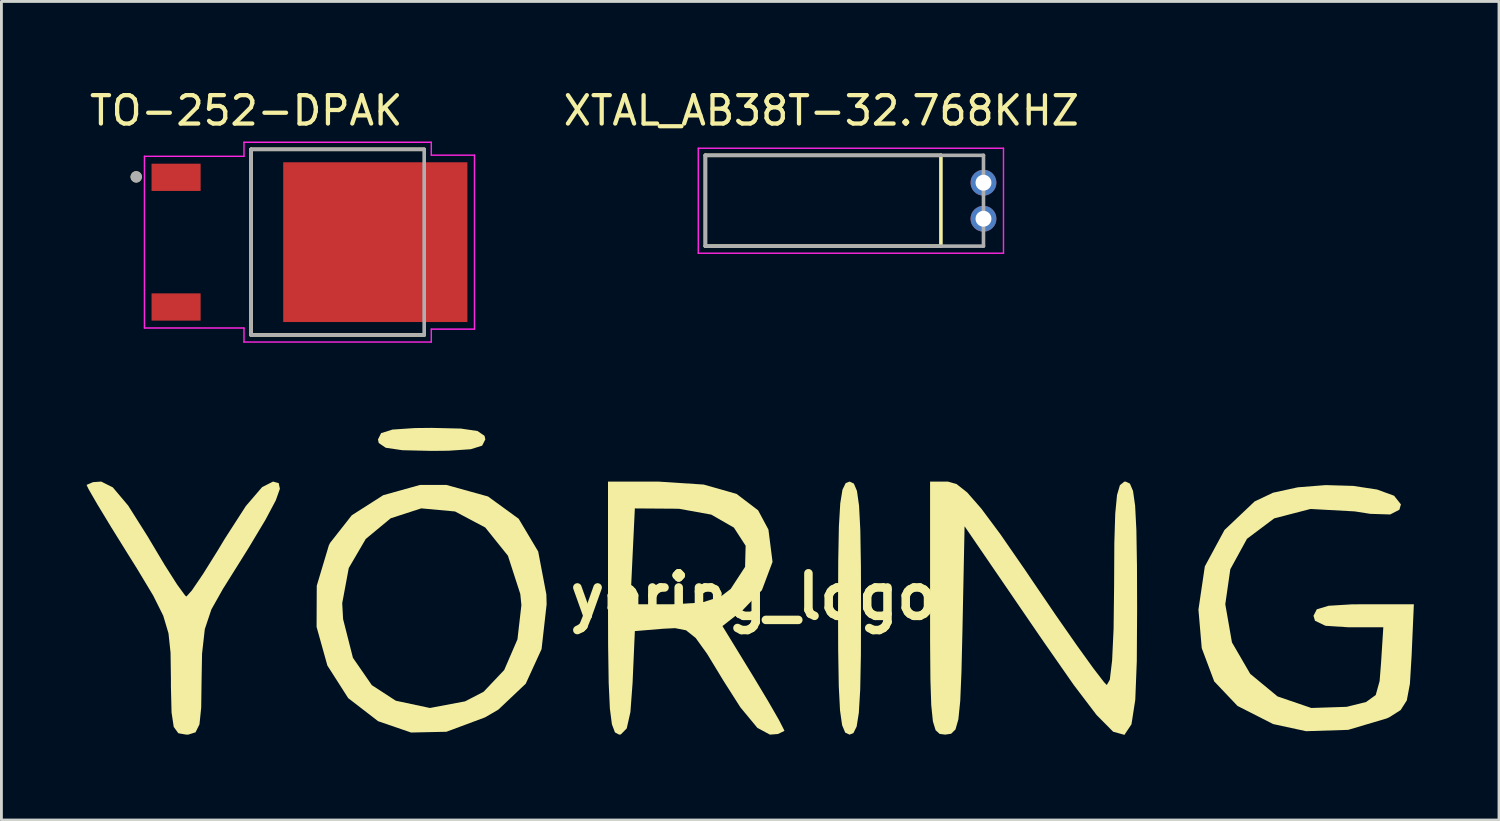
<source format=kicad_pcb>
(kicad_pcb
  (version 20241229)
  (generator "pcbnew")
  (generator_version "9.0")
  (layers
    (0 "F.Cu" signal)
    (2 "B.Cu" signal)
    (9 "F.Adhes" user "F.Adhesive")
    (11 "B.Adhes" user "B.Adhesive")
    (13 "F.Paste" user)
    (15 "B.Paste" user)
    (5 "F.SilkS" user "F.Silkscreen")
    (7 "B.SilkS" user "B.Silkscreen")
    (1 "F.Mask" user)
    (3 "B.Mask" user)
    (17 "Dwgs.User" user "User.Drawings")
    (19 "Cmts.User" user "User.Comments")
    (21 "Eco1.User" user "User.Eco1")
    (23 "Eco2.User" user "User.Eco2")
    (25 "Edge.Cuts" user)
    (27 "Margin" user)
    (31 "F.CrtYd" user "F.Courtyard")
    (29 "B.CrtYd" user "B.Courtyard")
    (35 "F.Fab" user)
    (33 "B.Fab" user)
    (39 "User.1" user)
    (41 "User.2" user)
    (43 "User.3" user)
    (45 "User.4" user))
  (footprint "yoring_logo"
    (layer "F.Cu")
    (at 23.509 17.973)
    (property "Reference" "yoring_logo" (at 0 0 0) (layer "F.SilkS") (effects (font (size 1.5 1.5) (thickness 0.3))))
    (attr board_only exclude_from_pos_files exclude_from_bom)
    (fp_poly (pts (xy -10.321 -5.921) (xy -9.733 -5.835) (xy -9.485 -5.666) (xy -9.457 -5.539) (xy -9.569 -5.319) (xy -9.969 -5.193) (xy -10.757 -5.14) (xy -11.349 -5.134) (xy -12.377 -5.158) (xy -12.965 -5.244) (xy -13.213 -5.412) (xy -13.24 -5.539) (xy -13.129 -5.76) (xy -12.729 -5.886) (xy -11.941 -5.939) (xy -11.349 -5.945)) (stroke (width 0) (type solid)) (fill yes) (layer "F.SilkS"))
    (fp_poly (pts (xy 3.53 -3.982) (xy 3.639 -3.722) (xy 3.713 -3.201) (xy 3.757 -2.346) (xy 3.778 -1.085) (xy 3.783 0.405) (xy 3.777 2.079) (xy 3.753 3.285) (xy 3.705 4.094) (xy 3.628 4.579) (xy 3.513 4.811) (xy 3.378 4.864) (xy 3.225 4.793) (xy 3.116 4.533) (xy 3.042 4.011) (xy 2.998 3.156) (xy 2.977 1.896) (xy 2.972 0.405) (xy 2.979 -1.269) (xy 3.002 -2.474) (xy 3.05 -3.283) (xy 3.128 -3.768) (xy 3.242 -4) (xy 3.378 -4.053)) (stroke (width 0) (type solid)) (fill yes) (layer "F.SilkS"))
    (fp_poly (pts (xy -10.826 -3.934) (xy -9.362 -3.528) (xy -8.282 -2.743) (xy -7.594 -1.589) (xy -7.306 -0.077) (xy -7.297 0.274) (xy -7.475 1.851) (xy -8.033 3.07) (xy -8.999 3.984) (xy -9.467 4.256) (xy -10.828 4.763) (xy -12.074 4.79) (xy -13.235 4.391) (xy -14.289 3.578) (xy -15.023 2.429) (xy -15.403 1.068) (xy -15.4 0.233) (xy -14.5 0.233) (xy -14.469 0.793) (xy -14.122 2.158) (xy -13.456 3.121) (xy -12.612 3.669) (xy -11.41 3.925) (xy -10.169 3.691) (xy -9.517 3.353) (xy -8.792 2.588) (xy -8.325 1.507) (xy -8.186 0.302) (xy -8.225 -0.093) (xy -8.661 -1.441) (xy -9.459 -2.434) (xy -10.525 -3) (xy -11.715 -3.109) (xy -12.792 -2.759) (xy -13.671 -2.031) (xy -14.269 -1.007) (xy -14.5 0.233) (xy -15.4 0.233) (xy -15.397 -0.383) (xy -14.972 -1.802) (xy -14.929 -1.891) (xy -14.163 -2.866) (xy -13.053 -3.574) (xy -11.762 -3.934)) (stroke (width 0) (type solid)) (fill yes) (layer "F.SilkS"))
    (fp_poly (pts (xy -16.738 -3.999) (xy -16.696 -3.798) (xy -16.842 -3.388) (xy -17.203 -2.709) (xy -17.806 -1.703) (xy -18.68 -0.307) (xy -18.695 -0.285) (xy -19.11 0.452) (xy -19.342 1.147) (xy -19.439 2.011) (xy -19.455 2.89) (xy -19.469 3.91) (xy -19.53 4.503) (xy -19.669 4.783) (xy -19.919 4.862) (xy -19.996 4.864) (xy -20.275 4.815) (xy -20.437 4.592) (xy -20.514 4.082) (xy -20.536 3.172) (xy -20.536 2.89) (xy -20.549 1.981) (xy -20.622 1.293) (xy -20.807 0.673) (xy -21.159 -0.034) (xy -21.729 -0.982) (xy -22.022 -1.45) (xy -22.639 -2.443) (xy -23.131 -3.255) (xy -23.437 -3.785) (xy -23.509 -3.935) (xy -23.282 -4.033) (xy -22.992 -4.053) (xy -22.583 -3.848) (xy -22.043 -3.208) (xy -21.343 -2.099) (xy -21.303 -2.03) (xy -20.76 -1.12) (xy -20.315 -0.421) (xy -20.038 -0.042) (xy -19.989 -0.003) (xy -19.797 -0.218) (xy -19.405 -0.795) (xy -18.885 -1.627) (xy -18.645 -2.027) (xy -17.897 -3.189) (xy -17.322 -3.859) (xy -16.937 -4.053)) (stroke (width 0) (type solid)) (fill yes) (layer "F.SilkS"))
    (fp_poly (pts (xy 21.122 -3.901) (xy 21.964 -3.774) (xy 22.565 -3.555) (xy 22.807 -3.25) (xy 22.753 -3.061) (xy 22.429 -2.894) (xy 21.727 -2.916) (xy 21.181 -3.002) (xy 19.622 -3.088) (xy 18.341 -2.756) (xy 17.383 -2.037) (xy 16.795 -0.964) (xy 16.618 0.27) (xy 16.853 1.614) (xy 17.497 2.723) (xy 18.46 3.518) (xy 19.65 3.925) (xy 20.897 3.884) (xy 21.577 3.715) (xy 21.919 3.469) (xy 22.056 2.976) (xy 22.105 2.364) (xy 22.187 1.081) (xy 20.956 1.081) (xy 20.149 1.029) (xy 19.779 0.852) (xy 19.726 0.676) (xy 19.842 0.449) (xy 20.259 0.323) (xy 21.078 0.273) (xy 21.494 0.27) (xy 23.263 0.27) (xy 23.183 2.092) (xy 23.124 3.072) (xy 23.014 3.659) (xy 22.796 4) (xy 22.411 4.243) (xy 22.31 4.292) (xy 20.949 4.696) (xy 19.465 4.743) (xy 18.304 4.492) (xy 17.049 3.853) (xy 16.228 2.989) (xy 15.788 1.816) (xy 15.672 0.459) (xy 15.897 -1.064) (xy 16.59 -2.347) (xy 17.651 -3.353) (xy 18.301 -3.661) (xy 19.174 -3.851) (xy 20.153 -3.929)) (stroke (width 0) (type solid)) (fill yes) (layer "F.SilkS"))
    (fp_poly (pts (xy -1.762 -3.948) (xy -0.605 -3.619) (xy 0.155 -3.041) (xy 0.519 -2.362) (xy 0.664 -1.223) (xy 0.29 -0.228) (xy -0.395 0.484) (xy -1.101 1.039) (xy -0.01 2.821) (xy 0.507 3.682) (xy 0.892 4.351) (xy 1.075 4.709) (xy 1.081 4.733) (xy 0.855 4.842) (xy 0.571 4.864) (xy 0.129 4.625) (xy -0.47 3.901) (xy -1.071 2.957) (xy -1.64 2.02) (xy -2.043 1.46) (xy -2.384 1.187) (xy -2.77 1.112) (xy -3.196 1.133) (xy -4.188 1.216) (xy -4.268 3.04) (xy -4.344 4.068) (xy -4.474 4.645) (xy -4.682 4.857) (xy -4.741 4.864) (xy -4.889 4.785) (xy -4.996 4.502) (xy -5.068 3.945) (xy -5.11 3.041) (xy -5.13 1.721) (xy -5.134 0.405) (xy -5.134 0.27) (xy -4.349 0.27) (xy -2.85 0.27) (xy -1.826 0.21) (xy -1.16 -0.003) (xy -0.811 -0.27) (xy -0.304 -1.047) (xy -0.284 -1.792) (xy -0.698 -2.431) (xy -1.496 -2.889) (xy -2.624 -3.093) (xy -2.786 -3.097) (xy -4.188 -3.107) (xy -4.269 -1.419) (xy -4.349 0.27) (xy -5.134 0.27) (xy -5.134 -4.053) (xy -3.369 -4.053)) (stroke (width 0) (type solid)) (fill yes) (layer "F.SilkS"))
    (fp_poly (pts (xy 7.147 -3.967) (xy 7.523 -3.67) (xy 8.019 -3.103) (xy 8.686 -2.207) (xy 9.574 -0.923) (xy 9.827 -0.548) (xy 10.653 0.666) (xy 11.387 1.718) (xy 11.97 2.528) (xy 12.345 3.015) (xy 12.443 3.115) (xy 12.549 2.927) (xy 12.63 2.25) (xy 12.682 1.134) (xy 12.7 -0.369) (xy 12.7 -0.389) (xy 12.708 -1.888) (xy 12.74 -2.924) (xy 12.803 -3.578) (xy 12.905 -3.926) (xy 13.057 -4.049) (xy 13.105 -4.053) (xy 13.257 -3.982) (xy 13.367 -3.722) (xy 13.441 -3.201) (xy 13.485 -2.346) (xy 13.506 -1.085) (xy 13.511 0.405) (xy 13.5 2.275) (xy 13.446 3.637) (xy 13.312 4.5) (xy 13.064 4.872) (xy 12.666 4.761) (xy 12.083 4.173) (xy 11.281 3.118) (xy 10.224 1.602) (xy 9.943 1.193) (xy 7.431 -2.478) (xy 7.356 1.193) (xy 7.321 2.665) (xy 7.278 3.681) (xy 7.212 4.325) (xy 7.111 4.681) (xy 6.959 4.832) (xy 6.748 4.864) (xy 6.551 4.838) (xy 6.41 4.708) (xy 6.315 4.399) (xy 6.257 3.833) (xy 6.227 2.934) (xy 6.216 1.625) (xy 6.215 0.405) (xy 6.215 -4.053) (xy 6.841 -4.053)) (stroke (width 0) (type solid)) (fill yes) (layer "F.SilkS")))
  (footprint "TO-252-DPAK"
    (layer "F.Cu")
    (at 7.855 5.483)
    (property "Reference" "TO-252-DPAK" (at -2.23 -4.635 0) (layer "F.SilkS") (effects (font (size 1 1) (thickness 0.15))))
    (attr through_hole)
    (fp_line (start -2.058 -3.27) (end -2.058 3.27) (stroke (width 0.127) (type solid)) (layer "F.SilkS"))
    (fp_line (start -2.058 3.27) (end 4.043 3.27) (stroke (width 0.127) (type solid)) (layer "F.SilkS"))
    (fp_line (start 4.043 -3.27) (end -2.058 -3.27) (stroke (width 0.127) (type solid)) (layer "F.SilkS"))
    (fp_circle (center -6.105 -2.3) (end -6.005 -2.3) (stroke (width 0.2) (type solid)) (fill no) (layer "F.SilkS"))
    (fp_line (start -5.815 -3.025) (end -5.815 3.025) (stroke (width 0.05) (type solid)) (layer "F.CrtYd"))
    (fp_line (start -5.815 3.025) (end -2.308 3.025) (stroke (width 0.05) (type solid)) (layer "F.CrtYd"))
    (fp_line (start -2.308 -3.52) (end -2.308 -3.025) (stroke (width 0.05) (type solid)) (layer "F.CrtYd"))
    (fp_line (start -2.308 -3.025) (end -5.815 -3.025) (stroke (width 0.05) (type solid)) (layer "F.CrtYd"))
    (fp_line (start -2.308 3.025) (end -2.308 3.52) (stroke (width 0.05) (type solid)) (layer "F.CrtYd"))
    (fp_line (start -2.308 3.52) (end 4.293 3.52) (stroke (width 0.05) (type solid)) (layer "F.CrtYd"))
    (fp_line (start 4.293 -3.52) (end -2.308 -3.52) (stroke (width 0.05) (type solid)) (layer "F.CrtYd"))
    (fp_line (start 4.293 -3.065) (end 4.293 -3.52) (stroke (width 0.05) (type solid)) (layer "F.CrtYd"))
    (fp_line (start 4.293 3.065) (end 5.815 3.065) (stroke (width 0.05) (type solid)) (layer "F.CrtYd"))
    (fp_line (start 4.293 3.52) (end 4.293 3.065) (stroke (width 0.05) (type solid)) (layer "F.CrtYd"))
    (fp_line (start 5.815 -3.065) (end 4.293 -3.065) (stroke (width 0.05) (type solid)) (layer "F.CrtYd"))
    (fp_line (start 5.815 3.065) (end 5.815 -3.065) (stroke (width 0.05) (type solid)) (layer "F.CrtYd"))
    (fp_line (start -2.058 -3.27) (end -2.058 3.27) (stroke (width 0.127) (type solid)) (layer "F.Fab"))
    (fp_line (start -2.058 3.27) (end 4.043 3.27) (stroke (width 0.127) (type solid)) (layer "F.Fab"))
    (fp_line (start 4.043 -3.27) (end -2.058 -3.27) (stroke (width 0.127) (type solid)) (layer "F.Fab"))
    (fp_line (start 4.043 3.27) (end 4.043 -3.27) (stroke (width 0.127) (type solid)) (layer "F.Fab"))
    (fp_circle (center -6.105 -2.3) (end -6.005 -2.3) (stroke (width 0.2) (type solid)) (fill no) (layer "F.Fab"))
    (pad "1" smd rect (at -4.7 -2.285) (size 1.73 0.96) (layers "F.Cu" "F.Mask" "F.Paste"))
    (pad "2" smd rect (at -4.7 2.285) (size 1.73 0.96) (layers "F.Cu" "F.Mask" "F.Paste"))
    (pad "3" smd rect (at 2.32 0) (size 6.49 5.63) (layers "F.Cu" "F.Mask")))
  (footprint "XTAL_AB38T-32.768KHZ"
    (layer "F.Cu")
    (at 31.606 4.023)
    (property "Reference" "XTAL_AB38T-32.768KHZ" (at -5.715 -3.175 0) (layer "F.SilkS") (effects (font (size 1 1) (thickness 0.15))))
    (attr through_hole)
    (fp_line (start -9.8 -1.6) (end -1.5 -1.6) (stroke (width 0.127) (type solid)) (layer "F.SilkS"))
    (fp_line (start -9.8 1.6) (end -9.8 -1.6) (stroke (width 0.127) (type solid)) (layer "F.SilkS"))
    (fp_line (start -1.5 -1.6) (end -1.5 1.6) (stroke (width 0.127) (type solid)) (layer "F.SilkS"))
    (fp_line (start -1.5 1.6) (end -9.8 1.6) (stroke (width 0.127) (type solid)) (layer "F.SilkS"))
    (fp_line (start -10.05 -1.85) (end 0.705 -1.85) (stroke (width 0.05) (type solid)) (layer "F.CrtYd"))
    (fp_line (start -10.05 1.85) (end -10.05 -1.85) (stroke (width 0.05) (type solid)) (layer "F.CrtYd"))
    (fp_line (start 0.705 -1.85) (end 0.705 1.85) (stroke (width 0.05) (type solid)) (layer "F.CrtYd"))
    (fp_line (start 0.705 1.85) (end -10.05 1.85) (stroke (width 0.05) (type solid)) (layer "F.CrtYd"))
    (fp_line (start -9.8 -1.6) (end 0 -1.6) (stroke (width 0.127) (type solid)) (layer "F.Fab"))
    (fp_line (start -9.8 1.6) (end -9.8 -1.6) (stroke (width 0.127) (type solid)) (layer "F.Fab"))
    (fp_line (start 0 -1.6) (end 0 1.6) (stroke (width 0.127) (type solid)) (layer "F.Fab"))
    (fp_line (start 0 1.6) (end -9.8 1.6) (stroke (width 0.127) (type solid)) (layer "F.Fab"))
    (pad "1" thru_hole circle (at 0 -0.635) (size 0.91 0.91) (drill 0.56) (layers "*.Cu" "*.Mask"))
    (pad "2" thru_hole circle (at 0 0.635) (size 0.91 0.91) (drill 0.56) (layers "*.Cu" "*.Mask")))
  (gr_rect
    (start -3 -3)
    (end 49.772 25.845)
    (stroke (width 0.1) (type default))
    (fill no)
    (layer "Edge.Cuts")))
</source>
